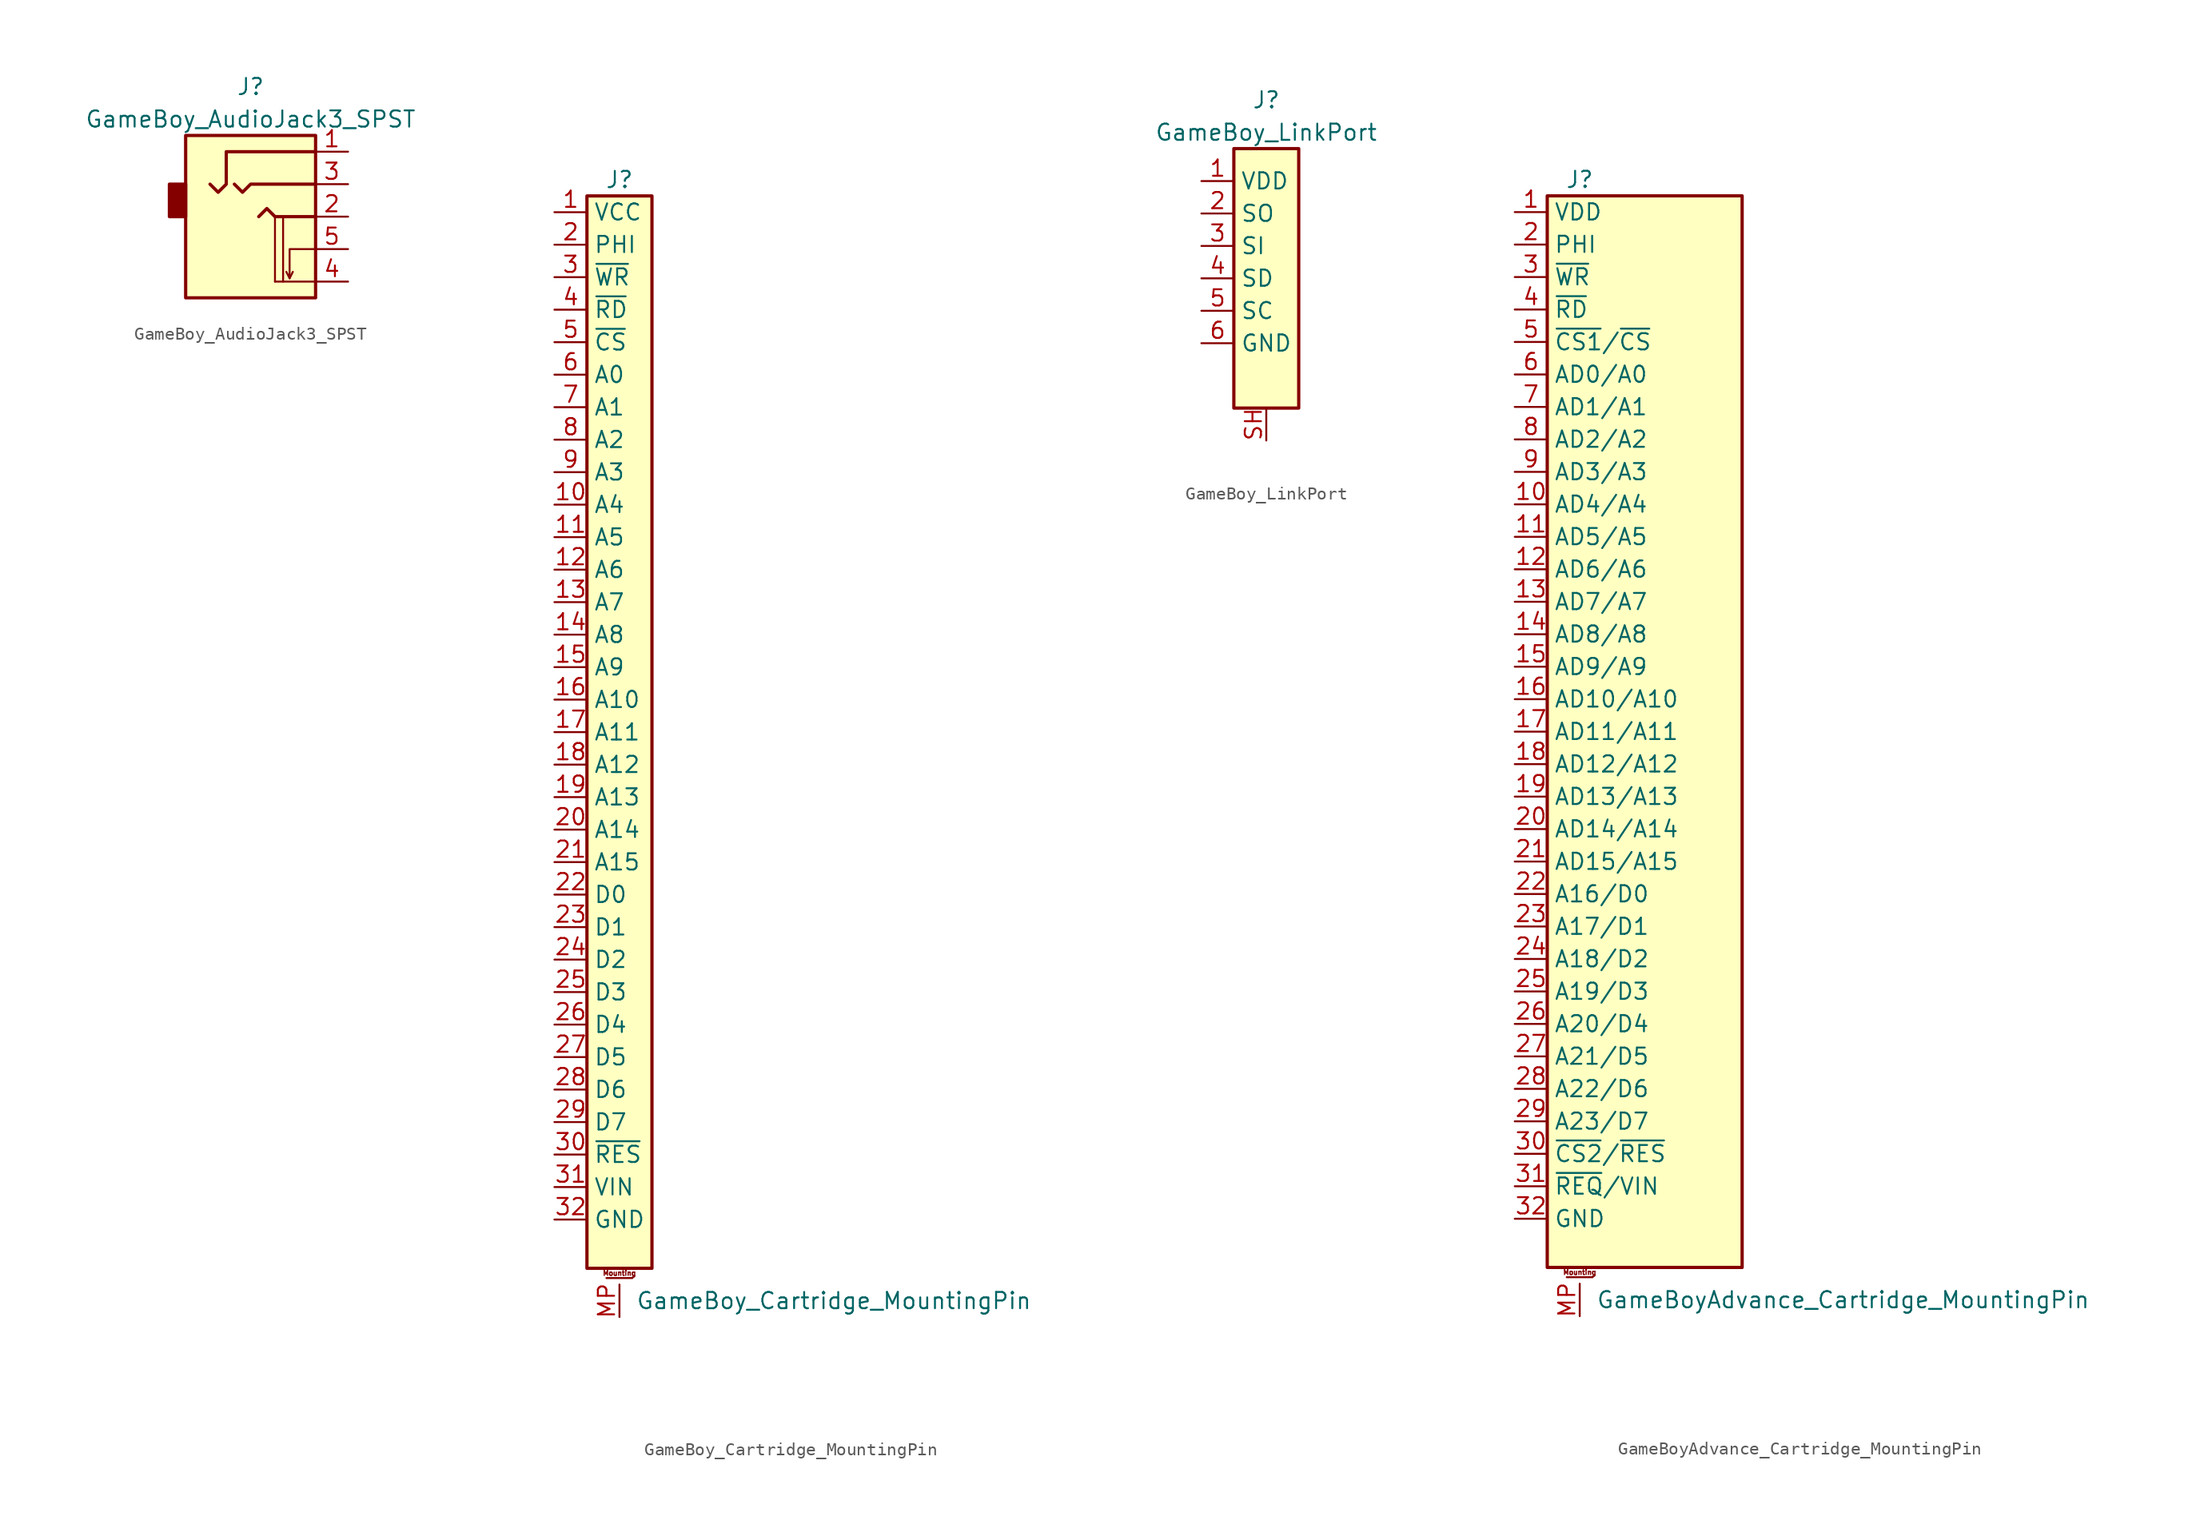
<source format=kicad_sym>
(kicad_symbol_lib
  (version 20220914)
  (generator kicad_symbol_editor)
  (symbol "GameBoy_AudioJack3_SPST"
    (property "Reference" "J"
      (at 0 10.16 0)
      (effects (font (size 1.27 1.27))))
    (property "Value" "GameBoy_AudioJack3_SPST"
      (at 0 7.62 0)
      (effects (font (size 1.27 1.27))))
    (symbol "GameBoy_AudioJack3_SPST_0_1"
      (rectangle (start -6.35 2.54) (end -5.08 0) (stroke (width 0.254) (type default)) (fill (type outline)))
      (rectangle (start -5.08 6.35) (end 5.08 -6.35) (stroke (width 0.254) (type default)) (fill (type background)))
      (polyline (pts (xy 1.905 -5.08) (xy 1.905 0)) (stroke (width 0) (type default)) (fill (type none)))
      (polyline (pts (xy 2.54 -5.08) (xy 2.54 0)) (stroke (width 0) (type default)) (fill (type none)))
      (polyline (pts (xy 5.08 -5.08) (xy 1.905 -5.08)) (stroke (width 0) (type default)) (fill (type none))))
    (symbol "GameBoy_AudioJack3_SPST_1_1"
      (polyline (pts (xy 3.048 -4.826) (xy 3.302 -4.318)) (stroke (width 0) (type default)) (fill (type none)))
      (polyline (pts (xy 0.635 0) (xy 1.27 0.635) (xy 1.905 0) (xy 5.08 0)) (stroke (width 0.254) (type default)) (fill (type none)))
      (polyline (pts (xy 5.08 -2.54) (xy 3.048 -2.54) (xy 3.048 -4.826) (xy 2.794 -4.318)) (stroke (width 0) (type default)) (fill (type none)))
      (polyline (pts (xy 5.08 2.54) (xy 0 2.54) (xy -0.635 1.905) (xy -1.27 2.54)) (stroke (width 0.254) (type default)) (fill (type none)))
      (polyline (pts (xy 5.08 5.08) (xy -1.905 5.08) (xy -1.905 2.54) (xy -2.54 1.905) (xy -3.175 2.54)) (stroke (width 0.254) (type default)) (fill (type none)))
      (pin passive line (at 7.62 5.08 180) (length 2.54) (name "~" (effects (font (size 1.27 1.27)))) (number "1" (effects (font (size 1.27 1.27)))))
      (pin passive line (at 7.62 0 180) (length 2.54) (name "~" (effects (font (size 1.27 1.27)))) (number "2" (effects (font (size 1.27 1.27)))))
      (pin passive line (at 7.62 2.54 180) (length 2.54) (name "~" (effects (font (size 1.27 1.27)))) (number "3" (effects (font (size 1.27 1.27)))))
      (pin passive line (at 7.62 -5.08 180) (length 2.54) (name "~" (effects (font (size 1.27 1.27)))) (number "4" (effects (font (size 1.27 1.27)))))
      (pin passive line (at 7.62 -2.54 180) (length 2.54) (name "~" (effects (font (size 1.27 1.27)))) (number "5" (effects (font (size 1.27 1.27)))))))
  (symbol "GameBoy_Cartridge_MountingPin"
    (property "Reference" "J"
      (at 0 43.18 0)
      (effects (font (size 1.27 1.27))))
    (property "Value" "GameBoy_Cartridge_MountingPin"
      (at 1.27 -44.45 0)
      (effects (font (size 1.27 1.27)) (justify left)))
    (symbol "GameBoy_Cartridge_MountingPin_0_1"
      (rectangle (start -2.54 41.91) (end 2.54 -41.91) (stroke (width 0.254) (type default)) (fill (type background))))
    (symbol "GameBoy_Cartridge_MountingPin_1_1"
      (polyline (pts (xy -1.016 -42.672) (xy 1.016 -42.672)) (stroke (width 0.152) (type default)) (fill (type none)))
      (text "Mounting" (at 0 -42.291 0) (effects (font (size 0.381 0.381))))
      (pin passive line (at -5.08 40.64 0) (length 2.54) (name "VCC" (effects (font (size 1.27 1.27)))) (number "1" (effects (font (size 1.27 1.27)))))
      (pin passive line (at -5.08 17.78 0) (length 2.54) (name "A4" (effects (font (size 1.27 1.27)))) (number "10" (effects (font (size 1.27 1.27)))))
      (pin passive line (at -5.08 15.24 0) (length 2.54) (name "A5" (effects (font (size 1.27 1.27)))) (number "11" (effects (font (size 1.27 1.27)))))
      (pin passive line (at -5.08 12.7 0) (length 2.54) (name "A6" (effects (font (size 1.27 1.27)))) (number "12" (effects (font (size 1.27 1.27)))))
      (pin passive line (at -5.08 10.16 0) (length 2.54) (name "A7" (effects (font (size 1.27 1.27)))) (number "13" (effects (font (size 1.27 1.27)))))
      (pin passive line (at -5.08 7.62 0) (length 2.54) (name "A8" (effects (font (size 1.27 1.27)))) (number "14" (effects (font (size 1.27 1.27)))))
      (pin passive line (at -5.08 5.08 0) (length 2.54) (name "A9" (effects (font (size 1.27 1.27)))) (number "15" (effects (font (size 1.27 1.27)))))
      (pin passive line (at -5.08 2.54 0) (length 2.54) (name "A10" (effects (font (size 1.27 1.27)))) (number "16" (effects (font (size 1.27 1.27)))))
      (pin passive line (at -5.08 0 0) (length 2.54) (name "A11" (effects (font (size 1.27 1.27)))) (number "17" (effects (font (size 1.27 1.27)))))
      (pin passive line (at -5.08 -2.54 0) (length 2.54) (name "A12" (effects (font (size 1.27 1.27)))) (number "18" (effects (font (size 1.27 1.27)))))
      (pin passive line (at -5.08 -5.08 0) (length 2.54) (name "A13" (effects (font (size 1.27 1.27)))) (number "19" (effects (font (size 1.27 1.27)))))
      (pin passive line (at -5.08 38.1 0) (length 2.54) (name "PHI" (effects (font (size 1.27 1.27)))) (number "2" (effects (font (size 1.27 1.27)))))
      (pin passive line (at -5.08 -7.62 0) (length 2.54) (name "A14" (effects (font (size 1.27 1.27)))) (number "20" (effects (font (size 1.27 1.27)))))
      (pin passive line (at -5.08 -10.16 0) (length 2.54) (name "A15" (effects (font (size 1.27 1.27)))) (number "21" (effects (font (size 1.27 1.27)))))
      (pin passive line (at -5.08 -12.7 0) (length 2.54) (name "D0" (effects (font (size 1.27 1.27)))) (number "22" (effects (font (size 1.27 1.27)))))
      (pin passive line (at -5.08 -15.24 0) (length 2.54) (name "D1" (effects (font (size 1.27 1.27)))) (number "23" (effects (font (size 1.27 1.27)))))
      (pin passive line (at -5.08 -17.78 0) (length 2.54) (name "D2" (effects (font (size 1.27 1.27)))) (number "24" (effects (font (size 1.27 1.27)))))
      (pin passive line (at -5.08 -20.32 0) (length 2.54) (name "D3" (effects (font (size 1.27 1.27)))) (number "25" (effects (font (size 1.27 1.27)))))
      (pin passive line (at -5.08 -22.86 0) (length 2.54) (name "D4" (effects (font (size 1.27 1.27)))) (number "26" (effects (font (size 1.27 1.27)))))
      (pin passive line (at -5.08 -25.4 0) (length 2.54) (name "D5" (effects (font (size 1.27 1.27)))) (number "27" (effects (font (size 1.27 1.27)))))
      (pin passive line (at -5.08 -27.94 0) (length 2.54) (name "D6" (effects (font (size 1.27 1.27)))) (number "28" (effects (font (size 1.27 1.27)))))
      (pin passive line (at -5.08 -30.48 0) (length 2.54) (name "D7" (effects (font (size 1.27 1.27)))) (number "29" (effects (font (size 1.27 1.27)))))
      (pin passive line (at -5.08 35.56 0) (length 2.54) (name "~{WR}" (effects (font (size 1.27 1.27)))) (number "3" (effects (font (size 1.27 1.27)))))
      (pin passive line (at -5.08 -33.02 0) (length 2.54) (name "~{RES}" (effects (font (size 1.27 1.27)))) (number "30" (effects (font (size 1.27 1.27)))))
      (pin passive line (at -5.08 -35.56 0) (length 2.54) (name "VIN" (effects (font (size 1.27 1.27)))) (number "31" (effects (font (size 1.27 1.27)))))
      (pin passive line (at -5.08 -38.1 0) (length 2.54) (name "GND" (effects (font (size 1.27 1.27)))) (number "32" (effects (font (size 1.27 1.27)))))
      (pin passive line (at -5.08 33.02 0) (length 2.54) (name "~{RD}" (effects (font (size 1.27 1.27)))) (number "4" (effects (font (size 1.27 1.27)))))
      (pin passive line (at -5.08 30.48 0) (length 2.54) (name "~{CS}" (effects (font (size 1.27 1.27)))) (number "5" (effects (font (size 1.27 1.27)))))
      (pin passive line (at -5.08 27.94 0) (length 2.54) (name "A0" (effects (font (size 1.27 1.27)))) (number "6" (effects (font (size 1.27 1.27)))))
      (pin passive line (at -5.08 25.4 0) (length 2.54) (name "A1" (effects (font (size 1.27 1.27)))) (number "7" (effects (font (size 1.27 1.27)))))
      (pin passive line (at -5.08 22.86 0) (length 2.54) (name "A2" (effects (font (size 1.27 1.27)))) (number "8" (effects (font (size 1.27 1.27)))))
      (pin passive line (at -5.08 20.32 0) (length 2.54) (name "A3" (effects (font (size 1.27 1.27)))) (number "9" (effects (font (size 1.27 1.27)))))
      (pin passive line (at 0 -45.72 90) (length 2.54) (name "~" (effects (font (size 1.27 1.27)))) (number "MP" (effects (font (size 1.27 1.27)))))))
  (symbol "GameBoy_LinkPort"
    (property "Reference" "J"
      (at 0 13.97 0)
      (effects (font (size 1.27 1.27))))
    (property "Value" "GameBoy_LinkPort"
      (at 0 11.43 0)
      (effects (font (size 1.27 1.27))))
    (symbol "GameBoy_LinkPort_0_1"
      (rectangle (start -2.54 10.16) (end 2.54 -10.16) (stroke (width 0.254) (type default)) (fill (type background))))
    (symbol "GameBoy_LinkPort_1_1"
      (pin passive line (at -5.08 7.62 0) (length 2.54) (name "VDD" (effects (font (size 1.27 1.27)))) (number "1" (effects (font (size 1.27 1.27)))))
      (pin passive line (at -5.08 5.08 0) (length 2.54) (name "SO" (effects (font (size 1.27 1.27)))) (number "2" (effects (font (size 1.27 1.27)))))
      (pin passive line (at -5.08 2.54 0) (length 2.54) (name "SI" (effects (font (size 1.27 1.27)))) (number "3" (effects (font (size 1.27 1.27)))))
      (pin passive line (at -5.08 0 0) (length 2.54) (name "SD" (effects (font (size 1.27 1.27)))) (number "4" (effects (font (size 1.27 1.27)))))
      (pin passive line (at -5.08 -2.54 0) (length 2.54) (name "SC" (effects (font (size 1.27 1.27)))) (number "5" (effects (font (size 1.27 1.27)))))
      (pin passive line (at -5.08 -5.08 0) (length 2.54) (name "GND" (effects (font (size 1.27 1.27)))) (number "6" (effects (font (size 1.27 1.27)))))
      (pin passive line (at 0 -12.7 90) (length 2.54) (name "~" (effects (font (size 1.27 1.27)))) (number "SH" (effects (font (size 1.27 1.27)))))))
  (symbol "GameBoyAdvance_Cartridge_MountingPin"
    (property "Reference" "J"
      (at -5.08 43.18 0)
      (effects (font (size 1.27 1.27))))
    (property "Value" "GameBoyAdvance_Cartridge_MountingPin"
      (at -3.81 -44.45 0)
      (effects (font (size 1.27 1.27)) (justify left)))
    (symbol "GameBoyAdvance_Cartridge_MountingPin_0_1"
      (rectangle (start -7.62 41.91) (end 7.62 -41.91) (stroke (width 0.254) (type default)) (fill (type background))))
    (symbol "GameBoyAdvance_Cartridge_MountingPin_1_1"
      (polyline (pts (xy -6.096 -42.672) (xy -4.064 -42.672)) (stroke (width 0.152) (type default)) (fill (type none)))
      (text "Mounting" (at -5.08 -42.291 0) (effects (font (size 0.381 0.381))))
      (pin passive line (at -10.16 40.64 0) (length 2.54) (name "VDD" (effects (font (size 1.27 1.27)))) (number "1" (effects (font (size 1.27 1.27)))))
      (pin passive line (at -10.16 17.78 0) (length 2.54) (name "AD4/A4" (effects (font (size 1.27 1.27)))) (number "10" (effects (font (size 1.27 1.27)))))
      (pin passive line (at -10.16 15.24 0) (length 2.54) (name "AD5/A5" (effects (font (size 1.27 1.27)))) (number "11" (effects (font (size 1.27 1.27)))))
      (pin passive line (at -10.16 12.7 0) (length 2.54) (name "AD6/A6" (effects (font (size 1.27 1.27)))) (number "12" (effects (font (size 1.27 1.27)))))
      (pin passive line (at -10.16 10.16 0) (length 2.54) (name "AD7/A7" (effects (font (size 1.27 1.27)))) (number "13" (effects (font (size 1.27 1.27)))))
      (pin passive line (at -10.16 7.62 0) (length 2.54) (name "AD8/A8" (effects (font (size 1.27 1.27)))) (number "14" (effects (font (size 1.27 1.27)))))
      (pin passive line (at -10.16 5.08 0) (length 2.54) (name "AD9/A9" (effects (font (size 1.27 1.27)))) (number "15" (effects (font (size 1.27 1.27)))))
      (pin passive line (at -10.16 2.54 0) (length 2.54) (name "AD10/A10" (effects (font (size 1.27 1.27)))) (number "16" (effects (font (size 1.27 1.27)))))
      (pin passive line (at -10.16 0 0) (length 2.54) (name "AD11/A11" (effects (font (size 1.27 1.27)))) (number "17" (effects (font (size 1.27 1.27)))))
      (pin passive line (at -10.16 -2.54 0) (length 2.54) (name "AD12/A12" (effects (font (size 1.27 1.27)))) (number "18" (effects (font (size 1.27 1.27)))))
      (pin passive line (at -10.16 -5.08 0) (length 2.54) (name "AD13/A13" (effects (font (size 1.27 1.27)))) (number "19" (effects (font (size 1.27 1.27)))))
      (pin passive line (at -10.16 38.1 0) (length 2.54) (name "PHI" (effects (font (size 1.27 1.27)))) (number "2" (effects (font (size 1.27 1.27)))))
      (pin passive line (at -10.16 -7.62 0) (length 2.54) (name "AD14/A14" (effects (font (size 1.27 1.27)))) (number "20" (effects (font (size 1.27 1.27)))))
      (pin passive line (at -10.16 -10.16 0) (length 2.54) (name "AD15/A15" (effects (font (size 1.27 1.27)))) (number "21" (effects (font (size 1.27 1.27)))))
      (pin passive line (at -10.16 -12.7 0) (length 2.54) (name "A16/D0" (effects (font (size 1.27 1.27)))) (number "22" (effects (font (size 1.27 1.27)))))
      (pin passive line (at -10.16 -15.24 0) (length 2.54) (name "A17/D1" (effects (font (size 1.27 1.27)))) (number "23" (effects (font (size 1.27 1.27)))))
      (pin passive line (at -10.16 -17.78 0) (length 2.54) (name "A18/D2" (effects (font (size 1.27 1.27)))) (number "24" (effects (font (size 1.27 1.27)))))
      (pin passive line (at -10.16 -20.32 0) (length 2.54) (name "A19/D3" (effects (font (size 1.27 1.27)))) (number "25" (effects (font (size 1.27 1.27)))))
      (pin passive line (at -10.16 -22.86 0) (length 2.54) (name "A20/D4" (effects (font (size 1.27 1.27)))) (number "26" (effects (font (size 1.27 1.27)))))
      (pin passive line (at -10.16 -25.4 0) (length 2.54) (name "A21/D5" (effects (font (size 1.27 1.27)))) (number "27" (effects (font (size 1.27 1.27)))))
      (pin passive line (at -10.16 -27.94 0) (length 2.54) (name "A22/D6" (effects (font (size 1.27 1.27)))) (number "28" (effects (font (size 1.27 1.27)))))
      (pin passive line (at -10.16 -30.48 0) (length 2.54) (name "A23/D7" (effects (font (size 1.27 1.27)))) (number "29" (effects (font (size 1.27 1.27)))))
      (pin passive line (at -10.16 35.56 0) (length 2.54) (name "~{WR}" (effects (font (size 1.27 1.27)))) (number "3" (effects (font (size 1.27 1.27)))))
      (pin passive line (at -10.16 -33.02 0) (length 2.54) (name "~{CS2}/~{RES}" (effects (font (size 1.27 1.27)))) (number "30" (effects (font (size 1.27 1.27)))))
      (pin passive line (at -10.16 -35.56 0) (length 2.54) (name "~{REQ}/VIN" (effects (font (size 1.27 1.27)))) (number "31" (effects (font (size 1.27 1.27)))))
      (pin passive line (at -10.16 -38.1 0) (length 2.54) (name "GND" (effects (font (size 1.27 1.27)))) (number "32" (effects (font (size 1.27 1.27)))))
      (pin passive line (at -10.16 33.02 0) (length 2.54) (name "~{RD}" (effects (font (size 1.27 1.27)))) (number "4" (effects (font (size 1.27 1.27)))))
      (pin passive line (at -10.16 30.48 0) (length 2.54) (name "~{CS1}/~{CS}" (effects (font (size 1.27 1.27)))) (number "5" (effects (font (size 1.27 1.27)))))
      (pin passive line (at -10.16 27.94 0) (length 2.54) (name "AD0/A0" (effects (font (size 1.27 1.27)))) (number "6" (effects (font (size 1.27 1.27)))))
      (pin passive line (at -10.16 25.4 0) (length 2.54) (name "AD1/A1" (effects (font (size 1.27 1.27)))) (number "7" (effects (font (size 1.27 1.27)))))
      (pin passive line (at -10.16 22.86 0) (length 2.54) (name "AD2/A2" (effects (font (size 1.27 1.27)))) (number "8" (effects (font (size 1.27 1.27)))))
      (pin passive line (at -10.16 20.32 0) (length 2.54) (name "AD3/A3" (effects (font (size 1.27 1.27)))) (number "9" (effects (font (size 1.27 1.27)))))
      (pin passive line (at -5.08 -45.72 90) (length 2.54) (name "~" (effects (font (size 1.27 1.27)))) (number "MP" (effects (font (size 1.27 1.27))))))))
</source>
